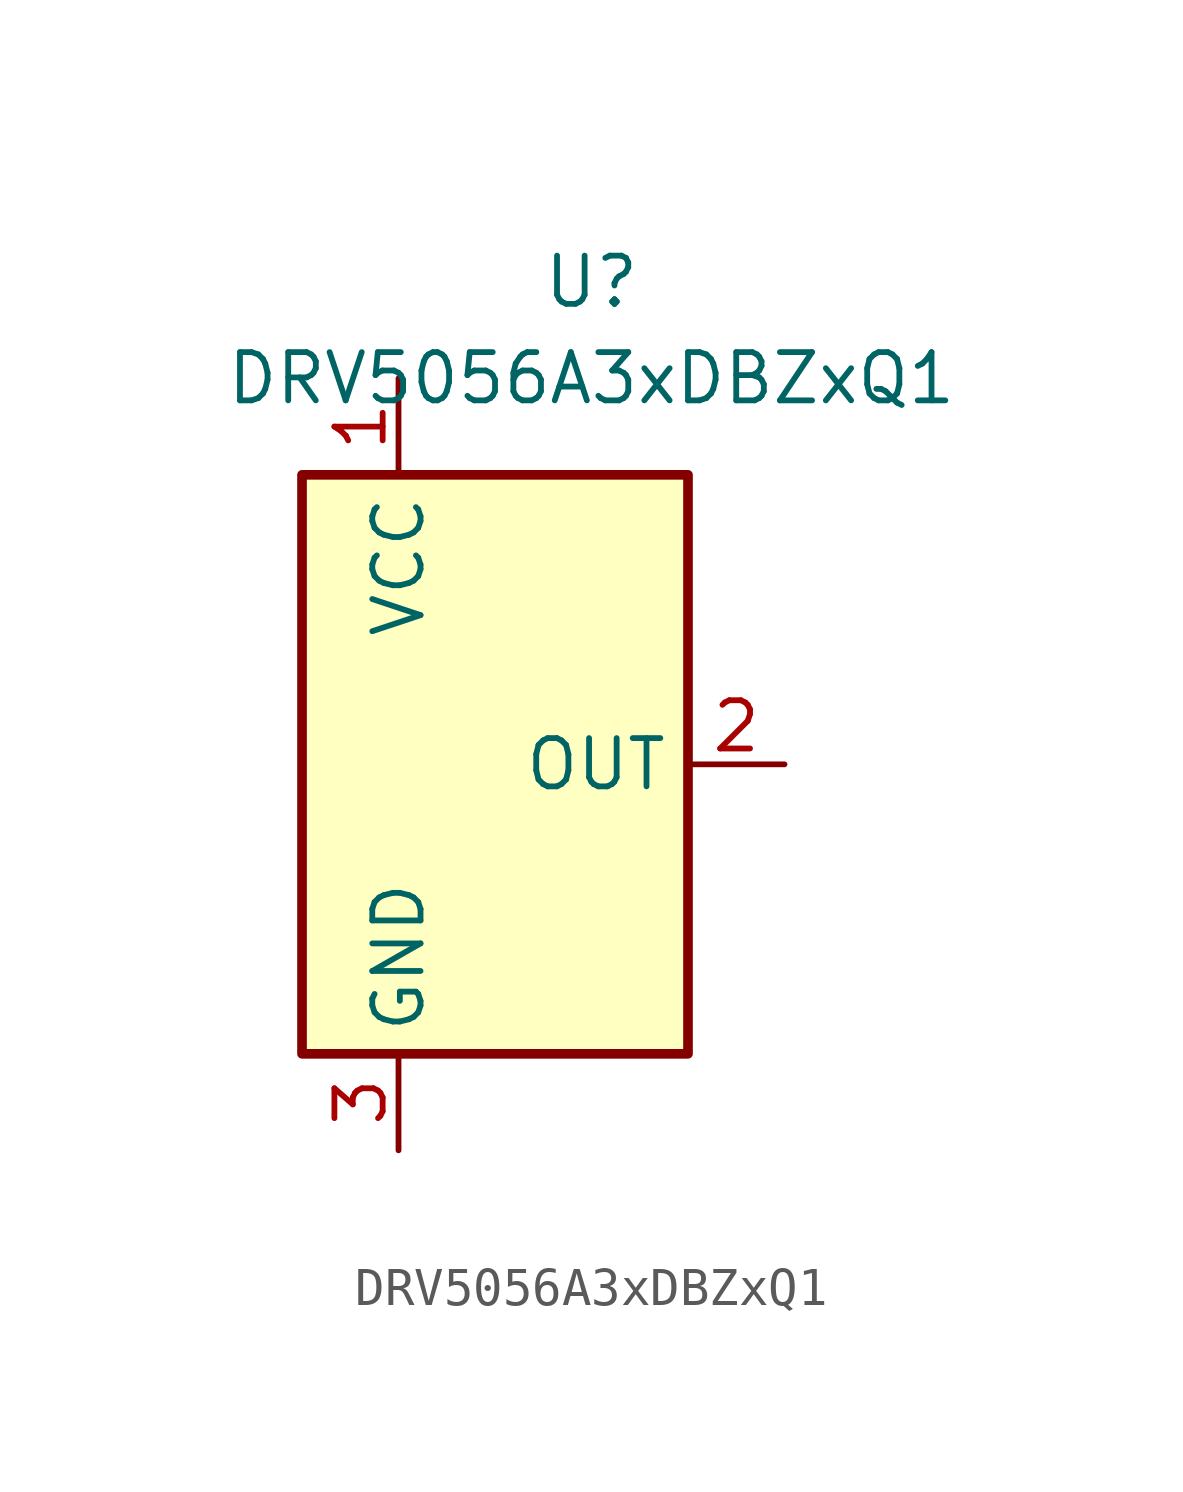
<source format=kicad_sym>
(kicad_symbol_lib
  (version 20220914)
  (generator kicad_symbol_editor)
  (symbol "DRV5056A3xDBZxQ1"
    (property "Reference" "U"
      (at 2.54 12.7 0)
      (effects (font (size 1.27 1.27))))
    (property "Value" "DRV5056A3xDBZxQ1"
      (at 2.54 10.16 0)
      (effects (font (size 1.27 1.27))))
    (symbol "DRV5056A3xDBZxQ1_1_1"
      (rectangle (start -5.08 7.62) (end 5.08 -7.62) (stroke (width 0.254) (type default)) (fill (type background)))
      (pin power_in line (at -2.54 10.16 270) (length 2.54) (name "VCC" (effects (font (size 1.27 1.27)))) (number "1" (effects (font (size 1.27 1.27)))))
      (pin output line (at 7.62 0 180) (length 2.54) (name "OUT" (effects (font (size 1.27 1.27)))) (number "2" (effects (font (size 1.27 1.27)))))
      (pin power_in line (at -2.54 -10.16 90) (length 2.54) (name "GND" (effects (font (size 1.27 1.27)))) (number "3" (effects (font (size 1.27 1.27))))))))
</source>
